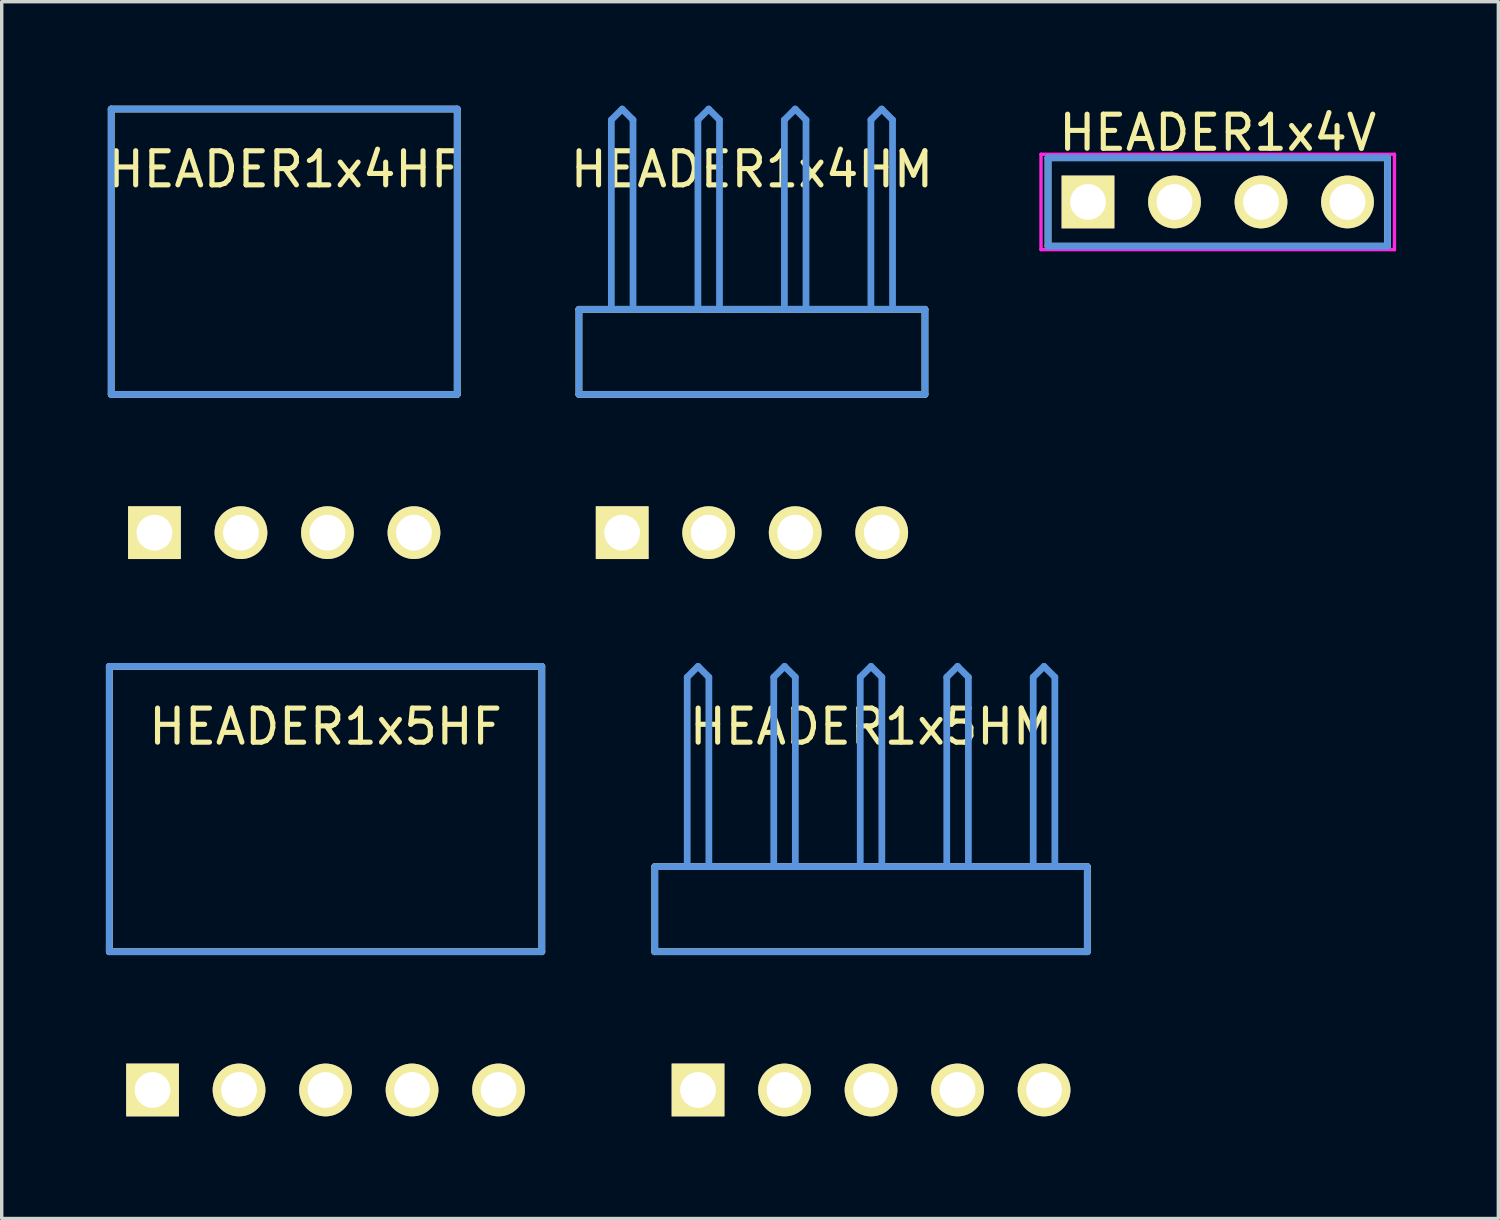
<source format=kicad_pcb>
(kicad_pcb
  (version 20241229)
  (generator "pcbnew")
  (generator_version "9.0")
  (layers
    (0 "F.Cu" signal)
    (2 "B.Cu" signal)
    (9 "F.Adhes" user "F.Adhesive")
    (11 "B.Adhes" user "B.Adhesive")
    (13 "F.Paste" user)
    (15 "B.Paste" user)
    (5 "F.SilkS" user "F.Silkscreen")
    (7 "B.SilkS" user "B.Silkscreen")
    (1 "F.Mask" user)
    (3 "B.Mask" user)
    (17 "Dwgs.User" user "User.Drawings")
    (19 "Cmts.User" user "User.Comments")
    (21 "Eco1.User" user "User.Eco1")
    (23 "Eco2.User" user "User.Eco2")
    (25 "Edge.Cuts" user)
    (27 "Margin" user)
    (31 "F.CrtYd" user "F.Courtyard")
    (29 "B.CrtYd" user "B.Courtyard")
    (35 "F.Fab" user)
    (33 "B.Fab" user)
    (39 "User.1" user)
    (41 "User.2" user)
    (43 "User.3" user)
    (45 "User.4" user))
  (footprint "HEADER1x4V"
    (layer "F.Cu")
    (at 28.896 2.88)
    (property "Reference" "HEADER1x4V" (at 3.81 -2.032 0) (layer "F.SilkS") (effects (font (size 1.001 1.001) (thickness 0.15))))
    (attr through_hole)
    (fp_line (start -1.173 -1.298) (end -1.173 1.298) (stroke (width 0.198) (type solid)) (layer "F.SilkS"))
    (fp_line (start -1.173 1.298) (end 8.793 1.298) (stroke (width 0.198) (type solid)) (layer "F.SilkS"))
    (fp_line (start 8.793 -1.298) (end -1.173 -1.298) (stroke (width 0.198) (type solid)) (layer "F.SilkS"))
    (fp_line (start 8.793 1.298) (end 8.793 -1.298) (stroke (width 0.198) (type solid)) (layer "F.SilkS"))
    (fp_line (start -1.173 -1.298) (end -1.173 1.298) (stroke (width 0.198) (type solid)) (layer "Cmts.User"))
    (fp_line (start -1.173 1.298) (end 8.793 1.298) (stroke (width 0.198) (type solid)) (layer "Cmts.User"))
    (fp_line (start 8.793 -1.298) (end -1.173 -1.298) (stroke (width 0.198) (type solid)) (layer "Cmts.User"))
    (fp_line (start 8.793 1.298) (end 8.793 -1.298) (stroke (width 0.198) (type solid)) (layer "Cmts.User"))
    (fp_line (start -1.379 -1.4) (end -1.379 1.4) (stroke (width 0.099) (type solid)) (layer "F.CrtYd"))
    (fp_line (start -1.379 1.4) (end 8.999 1.4) (stroke (width 0.099) (type solid)) (layer "F.CrtYd"))
    (fp_line (start 8.999 -1.4) (end -1.379 -1.4) (stroke (width 0.099) (type solid)) (layer "F.CrtYd"))
    (fp_line (start 8.999 1.4) (end 8.999 -1.4) (stroke (width 0.099) (type solid)) (layer "F.CrtYd"))
    (pad "1" thru_hole rect (at 0 0) (size 1.549 1.549) (drill 1.049) (layers "*.Cu" "*.Mask" "F.SilkS"))
    (pad "2" thru_hole circle (at 2.54 0) (size 1.549 1.549) (drill 1.049) (layers "*.Cu" "*.Mask" "F.SilkS"))
    (pad "3" thru_hole circle (at 5.08 0) (size 1.549 1.549) (drill 1.049) (layers "*.Cu" "*.Mask" "F.SilkS"))
    (pad "4" thru_hole circle (at 7.62 0) (size 1.549 1.549) (drill 1.049) (layers "*.Cu" "*.Mask" "F.SilkS")))
  (footprint "HEADER1x4HM"
    (layer "F.Cu")
    (at 15.219 12.59)
    (property "Reference" "HEADER1x4HM" (at 3.81 -10.668 0) (layer "F.SilkS") (effects (font (size 1.001 1.001) (thickness 0.15))))
    (attr through_hole)
    (fp_line (start -1.27 -6.558) (end -1.27 -4.059) (stroke (width 0.198) (type solid)) (layer "F.SilkS"))
    (fp_line (start -1.27 -4.059) (end 8.89 -4.059) (stroke (width 0.198) (type solid)) (layer "F.SilkS"))
    (fp_line (start 8.89 -6.558) (end -1.27 -6.558) (stroke (width 0.198) (type solid)) (layer "F.SilkS"))
    (fp_line (start 8.89 -4.059) (end 8.89 -6.558) (stroke (width 0.198) (type solid)) (layer "F.SilkS"))
    (fp_line (start -1.27 -6.558) (end -1.27 -4.059) (stroke (width 0.198) (type solid)) (layer "Cmts.User"))
    (fp_line (start -1.27 -4.059) (end 8.89 -4.059) (stroke (width 0.198) (type solid)) (layer "Cmts.User"))
    (fp_line (start -0.318 -12.121) (end 0 -12.438) (stroke (width 0.198) (type solid)) (layer "Cmts.User"))
    (fp_line (start -0.318 -6.599) (end -0.318 -12.121) (stroke (width 0.198) (type solid)) (layer "Cmts.User"))
    (fp_line (start 0.318 -12.121) (end 0 -12.438) (stroke (width 0.198) (type solid)) (layer "Cmts.User"))
    (fp_line (start 0.318 -6.599) (end 0.318 -12.121) (stroke (width 0.198) (type solid)) (layer "Cmts.User"))
    (fp_line (start 2.223 -12.121) (end 2.54 -12.438) (stroke (width 0.198) (type solid)) (layer "Cmts.User"))
    (fp_line (start 2.223 -6.599) (end 2.223 -12.121) (stroke (width 0.198) (type solid)) (layer "Cmts.User"))
    (fp_line (start 2.857 -12.121) (end 2.54 -12.438) (stroke (width 0.198) (type solid)) (layer "Cmts.User"))
    (fp_line (start 2.857 -6.599) (end 2.857 -12.121) (stroke (width 0.198) (type solid)) (layer "Cmts.User"))
    (fp_line (start 4.763 -12.121) (end 5.08 -12.438) (stroke (width 0.198) (type solid)) (layer "Cmts.User"))
    (fp_line (start 4.763 -6.599) (end 4.763 -12.121) (stroke (width 0.198) (type solid)) (layer "Cmts.User"))
    (fp_line (start 5.397 -12.121) (end 5.08 -12.438) (stroke (width 0.198) (type solid)) (layer "Cmts.User"))
    (fp_line (start 5.397 -6.599) (end 5.397 -12.121) (stroke (width 0.198) (type solid)) (layer "Cmts.User"))
    (fp_line (start 7.303 -12.121) (end 7.62 -12.438) (stroke (width 0.198) (type solid)) (layer "Cmts.User"))
    (fp_line (start 7.303 -6.599) (end 7.303 -12.121) (stroke (width 0.198) (type solid)) (layer "Cmts.User"))
    (fp_line (start 7.938 -12.121) (end 7.62 -12.438) (stroke (width 0.198) (type solid)) (layer "Cmts.User"))
    (fp_line (start 7.938 -6.599) (end 7.938 -12.121) (stroke (width 0.198) (type solid)) (layer "Cmts.User"))
    (fp_line (start 8.89 -6.558) (end -1.27 -6.558) (stroke (width 0.198) (type solid)) (layer "Cmts.User"))
    (fp_line (start 8.89 -4.059) (end 8.89 -6.558) (stroke (width 0.198) (type solid)) (layer "Cmts.User"))
    (fp_line (start -1.379 -12.54) (end 8.999 -12.54) (stroke (width 0.099) (type solid)) (layer "Eco1.User"))
    (fp_line (start -1.379 -1.14) (end -1.379 -12.54) (stroke (width 0.099) (type solid)) (layer "Eco1.User"))
    (fp_line (start 8.999 -12.54) (end 8.999 -1.14) (stroke (width 0.099) (type solid)) (layer "Eco1.User"))
    (fp_line (start 8.999 -1.14) (end -1.379 -1.14) (stroke (width 0.099) (type solid)) (layer "Eco1.User"))
    (pad "1" thru_hole rect (at 0 0) (size 1.549 1.549) (drill 1.049) (layers "*.Cu" "*.Mask" "F.SilkS"))
    (pad "2" thru_hole circle (at 2.54 0) (size 1.549 1.549) (drill 1.049) (layers "*.Cu" "*.Mask" "F.SilkS"))
    (pad "3" thru_hole circle (at 5.08 0) (size 1.549 1.549) (drill 1.049) (layers "*.Cu" "*.Mask" "F.SilkS"))
    (pad "4" thru_hole circle (at 7.62 0) (size 1.549 1.549) (drill 1.049) (layers "*.Cu" "*.Mask" "F.SilkS")))
  (footprint "HEADER1x5HM"
    (layer "F.Cu")
    (at 17.446 28.954)
    (property "Reference" "HEADER1x5HM" (at 5.08 -10.668 0) (layer "F.SilkS") (effects (font (size 1.001 1.001) (thickness 0.15))))
    (attr through_hole)
    (fp_line (start -1.27 -6.558) (end -1.27 -4.059) (stroke (width 0.198) (type solid)) (layer "F.SilkS"))
    (fp_line (start -1.27 -4.059) (end 11.43 -4.059) (stroke (width 0.198) (type solid)) (layer "F.SilkS"))
    (fp_line (start 11.43 -6.558) (end -1.27 -6.558) (stroke (width 0.198) (type solid)) (layer "F.SilkS"))
    (fp_line (start 11.43 -4.059) (end 11.43 -6.558) (stroke (width 0.198) (type solid)) (layer "F.SilkS"))
    (fp_line (start -1.27 -6.558) (end -1.27 -4.059) (stroke (width 0.198) (type solid)) (layer "Cmts.User"))
    (fp_line (start -1.27 -4.059) (end 11.43 -4.059) (stroke (width 0.198) (type solid)) (layer "Cmts.User"))
    (fp_line (start -0.318 -12.121) (end 0 -12.438) (stroke (width 0.198) (type solid)) (layer "Cmts.User"))
    (fp_line (start -0.318 -6.599) (end -0.318 -12.121) (stroke (width 0.198) (type solid)) (layer "Cmts.User"))
    (fp_line (start 0.318 -12.121) (end 0 -12.438) (stroke (width 0.198) (type solid)) (layer "Cmts.User"))
    (fp_line (start 0.318 -6.599) (end 0.318 -12.121) (stroke (width 0.198) (type solid)) (layer "Cmts.User"))
    (fp_line (start 2.223 -12.121) (end 2.54 -12.438) (stroke (width 0.198) (type solid)) (layer "Cmts.User"))
    (fp_line (start 2.223 -6.599) (end 2.223 -12.121) (stroke (width 0.198) (type solid)) (layer "Cmts.User"))
    (fp_line (start 2.857 -12.121) (end 2.54 -12.438) (stroke (width 0.198) (type solid)) (layer "Cmts.User"))
    (fp_line (start 2.857 -6.599) (end 2.857 -12.121) (stroke (width 0.198) (type solid)) (layer "Cmts.User"))
    (fp_line (start 4.763 -12.121) (end 5.08 -12.438) (stroke (width 0.198) (type solid)) (layer "Cmts.User"))
    (fp_line (start 4.763 -6.599) (end 4.763 -12.121) (stroke (width 0.198) (type solid)) (layer "Cmts.User"))
    (fp_line (start 5.397 -12.121) (end 5.08 -12.438) (stroke (width 0.198) (type solid)) (layer "Cmts.User"))
    (fp_line (start 5.397 -6.599) (end 5.397 -12.121) (stroke (width 0.198) (type solid)) (layer "Cmts.User"))
    (fp_line (start 7.303 -12.121) (end 7.62 -12.438) (stroke (width 0.198) (type solid)) (layer "Cmts.User"))
    (fp_line (start 7.303 -6.599) (end 7.303 -12.121) (stroke (width 0.198) (type solid)) (layer "Cmts.User"))
    (fp_line (start 7.938 -12.121) (end 7.62 -12.438) (stroke (width 0.198) (type solid)) (layer "Cmts.User"))
    (fp_line (start 7.938 -6.599) (end 7.938 -12.121) (stroke (width 0.198) (type solid)) (layer "Cmts.User"))
    (fp_line (start 9.842 -12.121) (end 10.16 -12.438) (stroke (width 0.198) (type solid)) (layer "Cmts.User"))
    (fp_line (start 9.842 -6.599) (end 9.842 -12.121) (stroke (width 0.198) (type solid)) (layer "Cmts.User"))
    (fp_line (start 10.477 -12.121) (end 10.16 -12.438) (stroke (width 0.198) (type solid)) (layer "Cmts.User"))
    (fp_line (start 10.477 -6.599) (end 10.477 -12.121) (stroke (width 0.198) (type solid)) (layer "Cmts.User"))
    (fp_line (start 11.43 -6.558) (end -1.27 -6.558) (stroke (width 0.198) (type solid)) (layer "Cmts.User"))
    (fp_line (start 11.43 -4.059) (end 11.43 -6.558) (stroke (width 0.198) (type solid)) (layer "Cmts.User"))
    (fp_line (start -1.379 -12.54) (end 11.539 -12.54) (stroke (width 0.099) (type solid)) (layer "Eco1.User"))
    (fp_line (start -1.379 -1.14) (end -1.379 -12.54) (stroke (width 0.099) (type solid)) (layer "Eco1.User"))
    (fp_line (start 11.539 -12.54) (end 11.539 -1.14) (stroke (width 0.099) (type solid)) (layer "Eco1.User"))
    (fp_line (start 11.539 -1.14) (end -1.379 -1.14) (stroke (width 0.099) (type solid)) (layer "Eco1.User"))
    (pad "1" thru_hole rect (at 0 0) (size 1.549 1.549) (drill 1.049) (layers "*.Cu" "*.Mask" "F.SilkS"))
    (pad "2" thru_hole circle (at 2.54 0) (size 1.549 1.549) (drill 1.049) (layers "*.Cu" "*.Mask" "F.SilkS"))
    (pad "3" thru_hole circle (at 5.08 0) (size 1.549 1.549) (drill 1.049) (layers "*.Cu" "*.Mask" "F.SilkS"))
    (pad "4" thru_hole circle (at 7.62 0) (size 1.549 1.549) (drill 1.049) (layers "*.Cu" "*.Mask" "F.SilkS"))
    (pad "5" thru_hole circle (at 10.16 0) (size 1.549 1.549) (drill 1.049) (layers "*.Cu" "*.Mask" "F.SilkS")))
  (footprint "HEADER1x5HF"
    (layer "F.Cu")
    (at 1.429 28.954)
    (property "Reference" "HEADER1x5HF" (at 5.08 -10.668 0) (layer "F.SilkS") (effects (font (size 1.001 1.001) (thickness 0.15))))
    (attr through_hole)
    (fp_line (start -1.27 -12.438) (end -1.27 -4.059) (stroke (width 0.198) (type solid)) (layer "F.SilkS"))
    (fp_line (start -1.27 -4.059) (end 11.43 -4.059) (stroke (width 0.198) (type solid)) (layer "F.SilkS"))
    (fp_line (start 11.43 -12.438) (end -1.27 -12.438) (stroke (width 0.198) (type solid)) (layer "F.SilkS"))
    (fp_line (start 11.43 -4.059) (end 11.43 -12.438) (stroke (width 0.198) (type solid)) (layer "F.SilkS"))
    (fp_line (start -1.27 -12.438) (end -1.27 -4.059) (stroke (width 0.198) (type solid)) (layer "Cmts.User"))
    (fp_line (start -1.27 -4.059) (end 11.43 -4.059) (stroke (width 0.198) (type solid)) (layer "Cmts.User"))
    (fp_line (start 11.43 -12.438) (end -1.27 -12.438) (stroke (width 0.198) (type solid)) (layer "Cmts.User"))
    (fp_line (start 11.43 -4.059) (end 11.43 -12.438) (stroke (width 0.198) (type solid)) (layer "Cmts.User"))
    (fp_line (start -1.379 -12.54) (end 11.539 -12.54) (stroke (width 0.099) (type solid)) (layer "Eco1.User"))
    (fp_line (start -1.379 -1.14) (end -1.379 -12.54) (stroke (width 0.099) (type solid)) (layer "Eco1.User"))
    (fp_line (start 11.539 -12.54) (end 11.539 -1.14) (stroke (width 0.099) (type solid)) (layer "Eco1.User"))
    (fp_line (start 11.539 -1.14) (end -1.379 -1.14) (stroke (width 0.099) (type solid)) (layer "Eco1.User"))
    (pad "1" thru_hole rect (at 0 0) (size 1.549 1.549) (drill 1.049) (layers "*.Cu" "*.Mask" "F.SilkS"))
    (pad "2" thru_hole circle (at 2.54 0) (size 1.549 1.549) (drill 1.049) (layers "*.Cu" "*.Mask" "F.SilkS"))
    (pad "3" thru_hole circle (at 5.08 0) (size 1.549 1.549) (drill 1.049) (layers "*.Cu" "*.Mask" "F.SilkS"))
    (pad "4" thru_hole circle (at 7.62 0) (size 1.549 1.549) (drill 1.049) (layers "*.Cu" "*.Mask" "F.SilkS"))
    (pad "5" thru_hole circle (at 10.16 0) (size 1.549 1.549) (drill 1.049) (layers "*.Cu" "*.Mask" "F.SilkS")))
  (footprint "HEADER1x4HF"
    (layer "F.Cu")
    (at 1.485 12.59)
    (property "Reference" "HEADER1x4HF" (at 3.81 -10.668 0) (layer "F.SilkS") (effects (font (size 1.001 1.001) (thickness 0.15))))
    (attr through_hole)
    (fp_line (start -1.27 -12.438) (end -1.27 -4.059) (stroke (width 0.198) (type solid)) (layer "F.SilkS"))
    (fp_line (start -1.27 -4.059) (end 8.89 -4.059) (stroke (width 0.198) (type solid)) (layer "F.SilkS"))
    (fp_line (start 8.89 -12.438) (end -1.27 -12.438) (stroke (width 0.198) (type solid)) (layer "F.SilkS"))
    (fp_line (start 8.89 -4.059) (end 8.89 -12.438) (stroke (width 0.198) (type solid)) (layer "F.SilkS"))
    (fp_line (start -1.27 -12.438) (end -1.27 -4.059) (stroke (width 0.198) (type solid)) (layer "Cmts.User"))
    (fp_line (start -1.27 -4.059) (end 8.89 -4.059) (stroke (width 0.198) (type solid)) (layer "Cmts.User"))
    (fp_line (start 8.89 -12.438) (end -1.27 -12.438) (stroke (width 0.198) (type solid)) (layer "Cmts.User"))
    (fp_line (start 8.89 -4.059) (end 8.89 -12.438) (stroke (width 0.198) (type solid)) (layer "Cmts.User"))
    (fp_line (start -1.379 -12.54) (end 8.999 -12.54) (stroke (width 0.099) (type solid)) (layer "Eco1.User"))
    (fp_line (start -1.379 -1.14) (end -1.379 -12.54) (stroke (width 0.099) (type solid)) (layer "Eco1.User"))
    (fp_line (start 8.999 -12.54) (end 8.999 -1.14) (stroke (width 0.099) (type solid)) (layer "Eco1.User"))
    (fp_line (start 8.999 -1.14) (end -1.379 -1.14) (stroke (width 0.099) (type solid)) (layer "Eco1.User"))
    (pad "1" thru_hole rect (at 0 0) (size 1.549 1.549) (drill 1.049) (layers "*.Cu" "*.Mask" "F.SilkS"))
    (pad "2" thru_hole circle (at 2.54 0) (size 1.549 1.549) (drill 1.049) (layers "*.Cu" "*.Mask" "F.SilkS"))
    (pad "3" thru_hole circle (at 5.08 0) (size 1.549 1.549) (drill 1.049) (layers "*.Cu" "*.Mask" "F.SilkS"))
    (pad "4" thru_hole circle (at 7.62 0) (size 1.549 1.549) (drill 1.049) (layers "*.Cu" "*.Mask" "F.SilkS")))
  (gr_rect
    (start -3 -3)
    (end 40.945 32.728)
    (stroke (width 0.1) (type default))
    (fill no)
    (layer "Edge.Cuts")))
</source>
